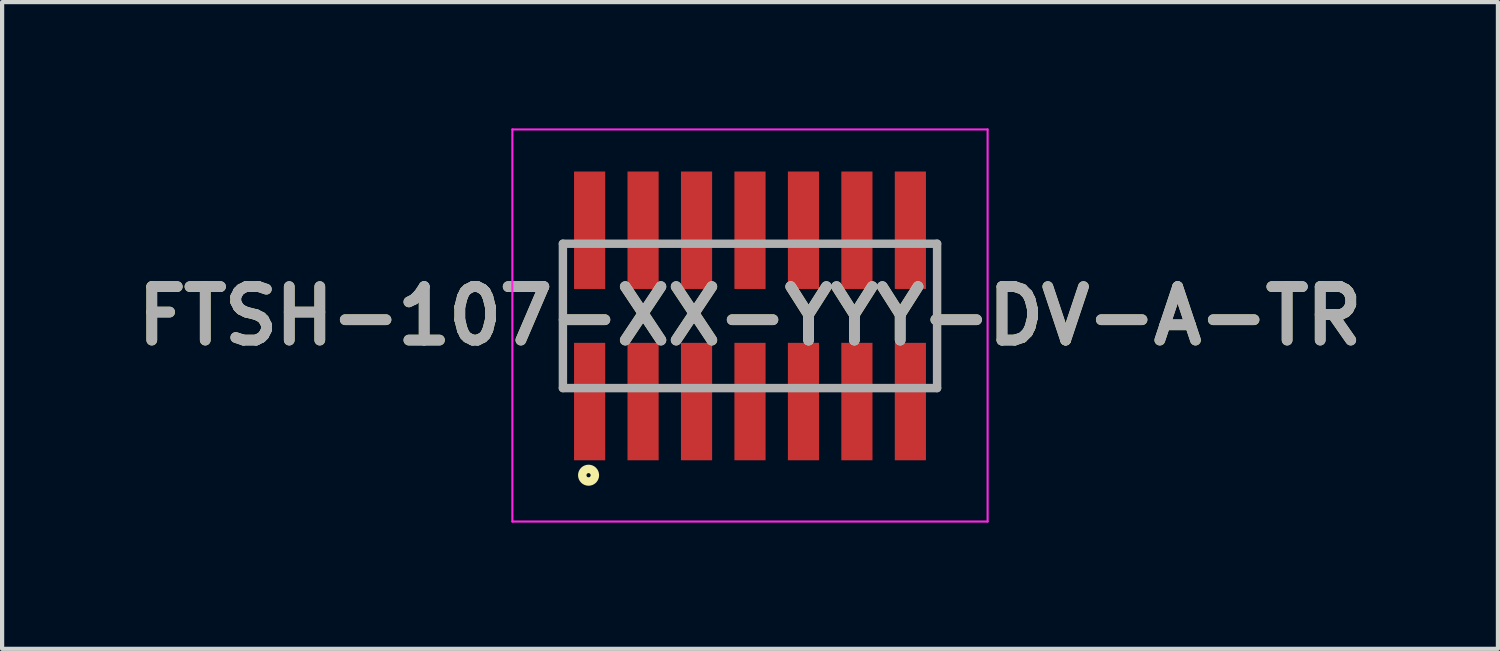
<source format=kicad_pcb>
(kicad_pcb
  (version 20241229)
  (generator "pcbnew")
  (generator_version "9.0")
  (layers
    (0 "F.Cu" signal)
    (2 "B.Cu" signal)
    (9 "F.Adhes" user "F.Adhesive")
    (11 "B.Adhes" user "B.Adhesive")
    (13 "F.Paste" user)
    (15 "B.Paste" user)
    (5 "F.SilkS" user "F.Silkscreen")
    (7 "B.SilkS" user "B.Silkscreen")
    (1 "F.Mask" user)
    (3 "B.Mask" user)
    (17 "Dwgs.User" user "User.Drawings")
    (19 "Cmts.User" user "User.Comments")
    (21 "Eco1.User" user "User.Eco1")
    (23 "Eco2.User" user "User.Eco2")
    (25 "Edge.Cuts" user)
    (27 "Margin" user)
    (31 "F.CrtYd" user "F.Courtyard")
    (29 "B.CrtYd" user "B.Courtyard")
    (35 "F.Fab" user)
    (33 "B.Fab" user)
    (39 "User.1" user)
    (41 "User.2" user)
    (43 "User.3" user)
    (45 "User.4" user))
  (footprint "FTSH-107-XX-YYY-DV-A-TR"
    (layer "F.Cu")
    (at 14.768 4.455)
    (property "Reference" "FTSH-107-XX-YYY-DV-A-TR" (at 0 0 0) (layer "F.SilkS") (effects (font (size 1.27 1.27) (thickness 0.254))))
    (attr through_hole)
    (fp_line (start -4.445 1.715) (end -4.445 -1.715) (stroke (width 0.1) (type solid)) (layer "F.SilkS"))
    (fp_line (start 4.445 -1.715) (end 4.445 1.715) (stroke (width 0.1) (type solid)) (layer "F.SilkS"))
    (fp_circle (center -3.835 3.785) (end -3.835 3.835) (stroke (width 0.2) (type solid)) (fill no) (layer "F.SilkS"))
    (fp_line (start -5.645 -4.43) (end 5.645 -4.43) (stroke (width 0.05) (type solid)) (layer "F.CrtYd"))
    (fp_line (start -5.645 4.885) (end -5.645 -4.43) (stroke (width 0.05) (type solid)) (layer "F.CrtYd"))
    (fp_line (start 5.645 -4.43) (end 5.645 4.885) (stroke (width 0.05) (type solid)) (layer "F.CrtYd"))
    (fp_line (start 5.645 4.885) (end -5.645 4.885) (stroke (width 0.05) (type solid)) (layer "F.CrtYd"))
    (fp_line (start -4.445 -1.715) (end 4.445 -1.715) (stroke (width 0.2) (type solid)) (layer "F.Fab"))
    (fp_line (start -4.445 1.715) (end -4.445 -1.715) (stroke (width 0.2) (type solid)) (layer "F.Fab"))
    (fp_line (start 4.445 -1.715) (end 4.445 1.715) (stroke (width 0.2) (type solid)) (layer "F.Fab"))
    (fp_line (start 4.445 1.715) (end -4.445 1.715) (stroke (width 0.2) (type solid)) (layer "F.Fab"))
    (fp_text user "${REFERENCE}" (at 0 0 0) (layer "F.Fab") (effects (font (size 1.27 1.27) (thickness 0.254))))
    (pad "" np_thru_hole circle (at -3.175 0) (size 0.001 0.001) (drill 1.02) (layers "*.Cu" "*.Mask"))
    (pad "" np_thru_hole circle (at 3.175 0) (size 0.001 0.001) (drill 1.02) (layers "*.Cu" "*.Mask"))
    (pad "1" smd rect (at -3.81 2.035) (size 0.74 2.79) (layers "F.Cu" "F.Mask" "F.Paste"))
    (pad "2" smd rect (at -3.81 -2.035) (size 0.74 2.79) (layers "F.Cu" "F.Mask" "F.Paste"))
    (pad "3" smd rect (at -2.54 2.035) (size 0.74 2.79) (layers "F.Cu" "F.Mask" "F.Paste"))
    (pad "4" smd rect (at -2.54 -2.035) (size 0.74 2.79) (layers "F.Cu" "F.Mask" "F.Paste"))
    (pad "5" smd rect (at -1.27 2.035) (size 0.74 2.79) (layers "F.Cu" "F.Mask" "F.Paste"))
    (pad "6" smd rect (at -1.27 -2.035) (size 0.74 2.79) (layers "F.Cu" "F.Mask" "F.Paste"))
    (pad "7" smd rect (at 0 2.035) (size 0.74 2.79) (layers "F.Cu" "F.Mask" "F.Paste"))
    (pad "8" smd rect (at 0 -2.035) (size 0.74 2.79) (layers "F.Cu" "F.Mask" "F.Paste"))
    (pad "9" smd rect (at 1.27 2.035) (size 0.74 2.79) (layers "F.Cu" "F.Mask" "F.Paste"))
    (pad "10" smd rect (at 1.27 -2.035) (size 0.74 2.79) (layers "F.Cu" "F.Mask" "F.Paste"))
    (pad "11" smd rect (at 2.54 2.035) (size 0.74 2.79) (layers "F.Cu" "F.Mask" "F.Paste"))
    (pad "12" smd rect (at 2.54 -2.035) (size 0.74 2.79) (layers "F.Cu" "F.Mask" "F.Paste"))
    (pad "13" smd rect (at 3.81 2.035) (size 0.74 2.79) (layers "F.Cu" "F.Mask" "F.Paste"))
    (pad "14" smd rect (at 3.81 -2.035) (size 0.74 2.79) (layers "F.Cu" "F.Mask" "F.Paste")))
  (gr_rect
    (start -3 -3)
    (end 32.537 12.365)
    (stroke (width 0.1) (type default))
    (fill no)
    (layer "Edge.Cuts")))
</source>
